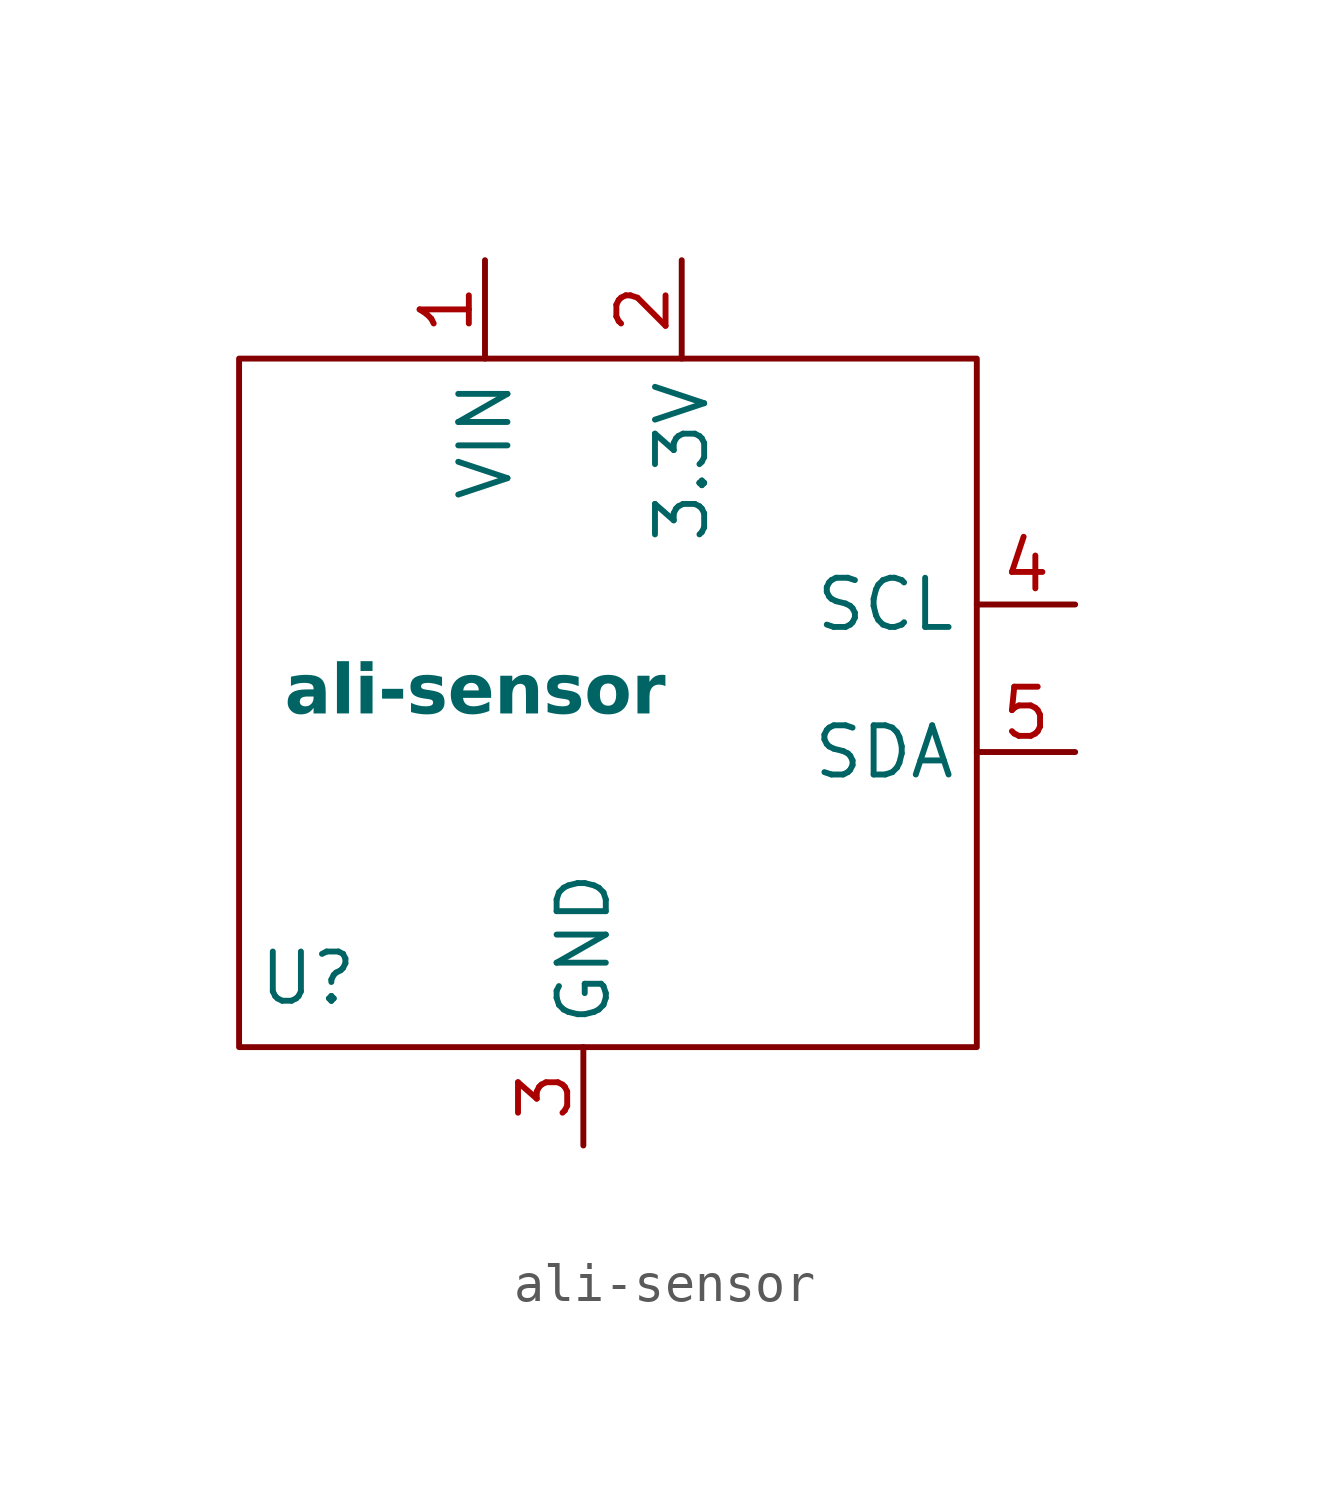
<source format=kicad_sym>
(kicad_symbol_lib
  (version 20241209)
  (generator "kicad_symbol_editor")
  (generator_version "9.0")
  (symbol "ali-sensor"
    (property "Reference" "U"
      (at -7.112 -7.112 0)
      (effects (font (size 1.27 1.27))))
    (property "Value" "ali-sensor"
      (at -2.794 0.254 0)
      (effects (font (face "Arial Black") (size 1.27 1.27))))
    (symbol "ali-sensor_0_1"
      (rectangle (start -8.89 8.89) (end 10.16 -8.89) (stroke (width 0) (type default)) (fill (type none))))
    (symbol "ali-sensor_1_1"
      (pin power_in line (at -2.54 11.43 270) (length 2.54) (name "VIN" (effects (font (size 1.27 1.27)))) (number "1" (effects (font (size 1.27 1.27)))))
      (pin power_in line (at 0 -11.43 90) (length 2.54) (name "GND" (effects (font (size 1.27 1.27)))) (number "3" (effects (font (size 1.27 1.27)))))
      (pin power_in line (at 2.54 11.43 270) (length 2.54) (name "3.3V" (effects (font (size 1.27 1.27)))) (number "2" (effects (font (size 1.27 1.27)))))
      (pin bidirectional line (at 12.7 2.54 180) (length 2.54) (name "SCL" (effects (font (size 1.27 1.27)))) (number "4" (effects (font (size 1.27 1.27)))))
      (pin bidirectional line (at 12.7 -1.27 180) (length 2.54) (name "SDA" (effects (font (size 1.27 1.27)))) (number "5" (effects (font (size 1.27 1.27))))))))
</source>
